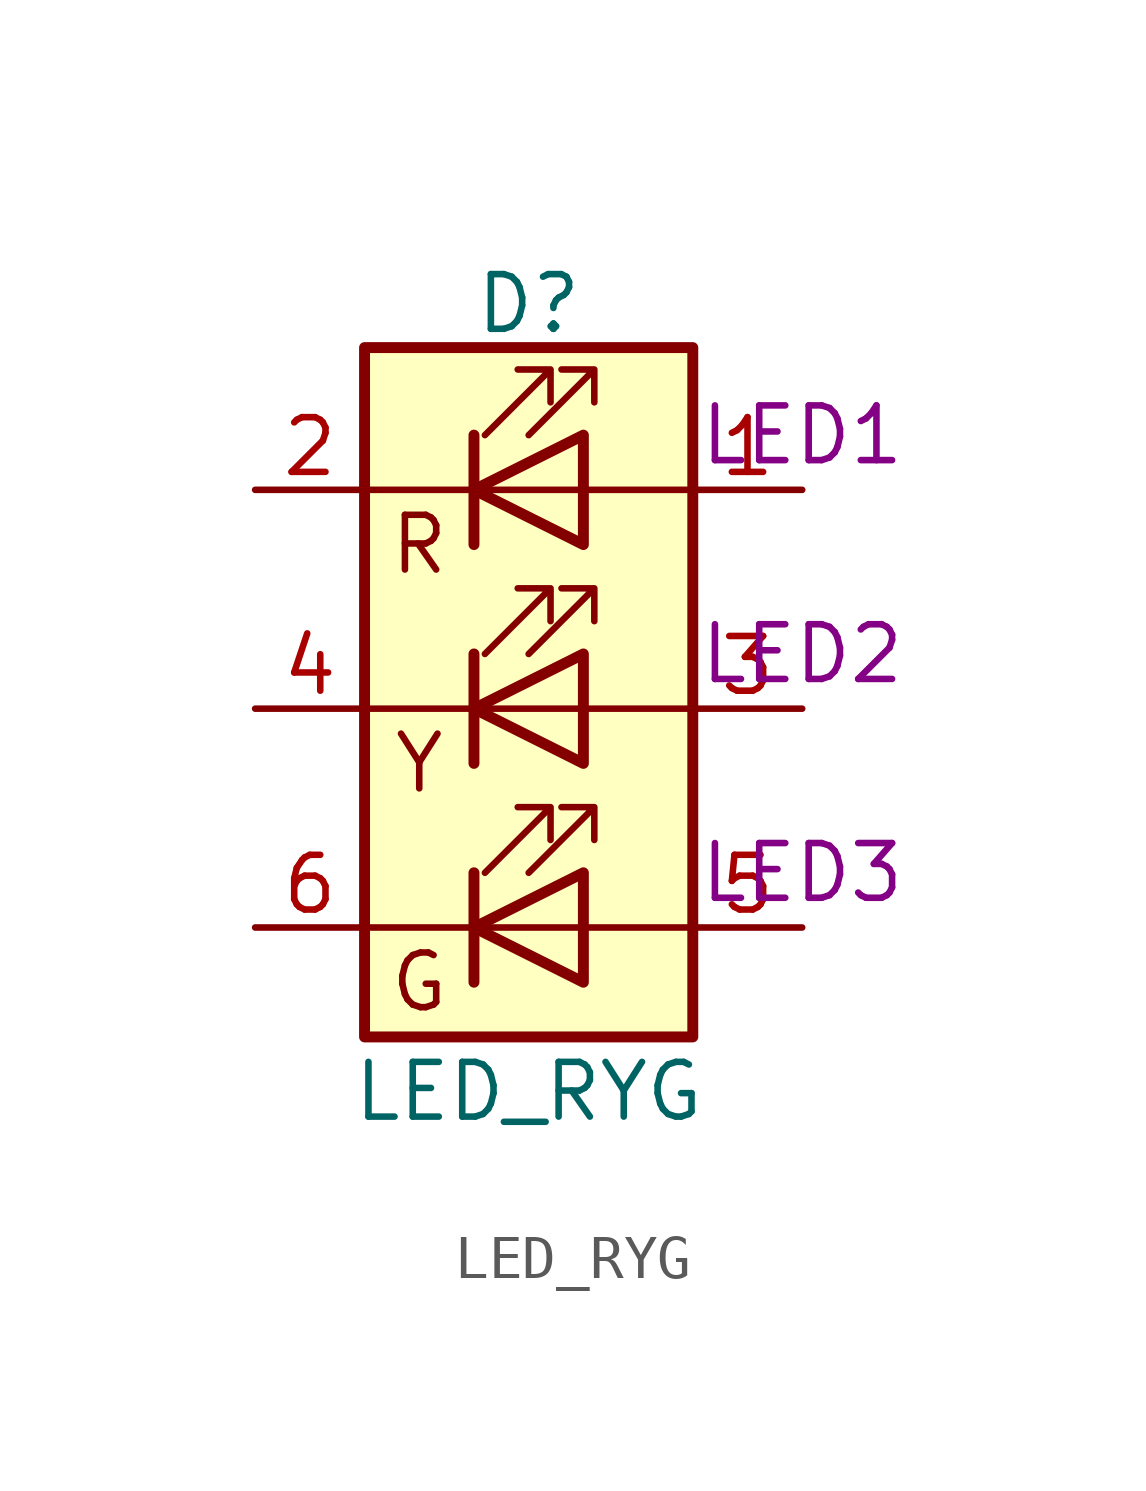
<source format=kicad_sym>
(kicad_symbol_lib
  (version 20220914)
  (generator kicad_symbol_editor)
  (symbol "LED_RYG"
    (pin_names
      (offset 0) hide)
    (property "Reference" "D"
      (at 1.27 9.398 0)
      (effects (font (size 1.27 1.27))))
    (property "Value" "LED_RYG"
      (at 1.27 -8.89 0)
      (effects (font (size 1.27 1.27))))
    (property "Purpose LED1" "LED1"
      (at 7.62 6.35 0)
      (effects (font (size 1.27 1.27))))
    (property "Purpose LED2" "LED2"
      (at 7.62 1.27 0)
      (effects (font (size 1.27 1.27))))
    (property "Purpose LED3" "LED3"
      (at 7.62 -3.81 0)
      (effects (font (size 1.27 1.27))))
    (symbol "LED_RYG_0_1"
      (rectangle (start -2.54 8.382) (end 5.08 -7.62) (stroke (width 0.254) (type default)) (fill (type background)))
      (polyline (pts (xy 0 -5.08) (xy -2.54 -5.08)) (stroke (width 0) (type default)) (fill (type none)))
      (polyline (pts (xy 0 -5.08) (xy 2.54 -5.08)) (stroke (width 0) (type default)) (fill (type none)))
      (polyline (pts (xy 0 -3.81) (xy 0 -6.35)) (stroke (width 0.254) (type default)) (fill (type none)))
      (polyline (pts (xy 0 0) (xy -2.54 0)) (stroke (width 0) (type default)) (fill (type none)))
      (polyline (pts (xy 0 1.27) (xy 0 -1.27)) (stroke (width 0.254) (type default)) (fill (type none)))
      (polyline (pts (xy 0 5.08) (xy -2.54 5.08)) (stroke (width 0) (type default)) (fill (type none)))
      (polyline (pts (xy 0 5.08) (xy 2.54 5.08)) (stroke (width 0) (type default)) (fill (type none)))
      (polyline (pts (xy 0 6.35) (xy 0 3.81)) (stroke (width 0.254) (type default)) (fill (type none)))
      (polyline (pts (xy 2.54 -5.08) (xy 5.08 -5.08)) (stroke (width 0) (type default)) (fill (type none)))
      (polyline (pts (xy 2.54 0) (xy 0 0)) (stroke (width 0) (type default)) (fill (type none)))
      (polyline (pts (xy 2.54 0) (xy 5.08 0)) (stroke (width 0) (type default)) (fill (type none)))
      (polyline (pts (xy 2.54 5.08) (xy 5.08 5.08)) (stroke (width 0) (type default)) (fill (type none)))
      (polyline (pts (xy 2.54 -3.81) (xy 2.54 -6.35) (xy 0 -5.08) (xy 2.54 -3.81)) (stroke (width 0.254) (type default)) (fill (type none)))
      (polyline (pts (xy 2.54 1.27) (xy 2.54 -1.27) (xy 0 0) (xy 2.54 1.27)) (stroke (width 0.254) (type default)) (fill (type none)))
      (polyline (pts (xy 2.54 6.35) (xy 2.54 3.81) (xy 0 5.08) (xy 2.54 6.35)) (stroke (width 0.254) (type default)) (fill (type none)))
      (polyline (pts (xy 0.254 -3.81) (xy 1.778 -2.286) (xy 1.016 -2.286) (xy 1.778 -2.286) (xy 1.778 -3.048)) (stroke (width 0) (type default)) (fill (type none)))
      (polyline (pts (xy 0.254 1.27) (xy 1.778 2.794) (xy 1.016 2.794) (xy 1.778 2.794) (xy 1.778 2.032)) (stroke (width 0) (type default)) (fill (type none)))
      (polyline (pts (xy 0.254 6.35) (xy 1.778 7.874) (xy 1.016 7.874) (xy 1.778 7.874) (xy 1.778 7.112)) (stroke (width 0) (type default)) (fill (type none)))
      (polyline (pts (xy 1.27 -3.81) (xy 2.794 -2.286) (xy 2.032 -2.286) (xy 2.794 -2.286) (xy 2.794 -3.048)) (stroke (width 0) (type default)) (fill (type none)))
      (polyline (pts (xy 1.27 1.27) (xy 2.794 2.794) (xy 2.032 2.794) (xy 2.794 2.794) (xy 2.794 2.032)) (stroke (width 0) (type default)) (fill (type none)))
      (polyline (pts (xy 1.27 6.35) (xy 2.794 7.874) (xy 2.032 7.874) (xy 2.794 7.874) (xy 2.794 7.112)) (stroke (width 0) (type default)) (fill (type none)))
      (rectangle (start 2.54 -1.27) (end 2.54 1.27) (stroke (width 0) (type default)) (fill (type none)))
      (rectangle (start 2.54 1.27) (end 2.54 1.27) (stroke (width 0) (type default)) (fill (type none)))
      (rectangle (start 2.54 3.81) (end 2.54 6.35) (stroke (width 0) (type default)) (fill (type none)))
      (rectangle (start 2.54 6.35) (end 2.54 6.35) (stroke (width 0) (type default)) (fill (type none))))
    (symbol "LED_RYG_1_0"
      (text "G" (at -1.27 -6.35 0) (effects (font (size 1.27 1.27))))
      (text "R" (at -1.27 3.81 0) (effects (font (size 1.27 1.27))))
      (text "Y" (at -1.27 -1.27 0) (effects (font (size 1.27 1.27)))))
    (symbol "LED_RYG_1_1"
      (pin passive line (at 7.62 5.08 180) (length 2.54) (name "RA" (effects (font (size 1.27 1.27)))) (number "1" (effects (font (size 1.27 1.27)))))
      (pin passive line (at -5.08 5.08 0) (length 2.54) (name "RK" (effects (font (size 1.27 1.27)))) (number "2" (effects (font (size 1.27 1.27)))))
      (pin passive line (at 7.62 0 180) (length 2.54) (name "YA" (effects (font (size 1.27 1.27)))) (number "3" (effects (font (size 1.27 1.27)))))
      (pin passive line (at -5.08 0 0) (length 2.54) (name "YK" (effects (font (size 1.27 1.27)))) (number "4" (effects (font (size 1.27 1.27)))))
      (pin passive line (at 7.62 -5.08 180) (length 2.54) (name "GA" (effects (font (size 1.27 1.27)))) (number "5" (effects (font (size 1.27 1.27)))))
      (pin passive line (at -5.08 -5.08 0) (length 2.54) (name "GK" (effects (font (size 1.27 1.27)))) (number "6" (effects (font (size 1.27 1.27))))))))
</source>
